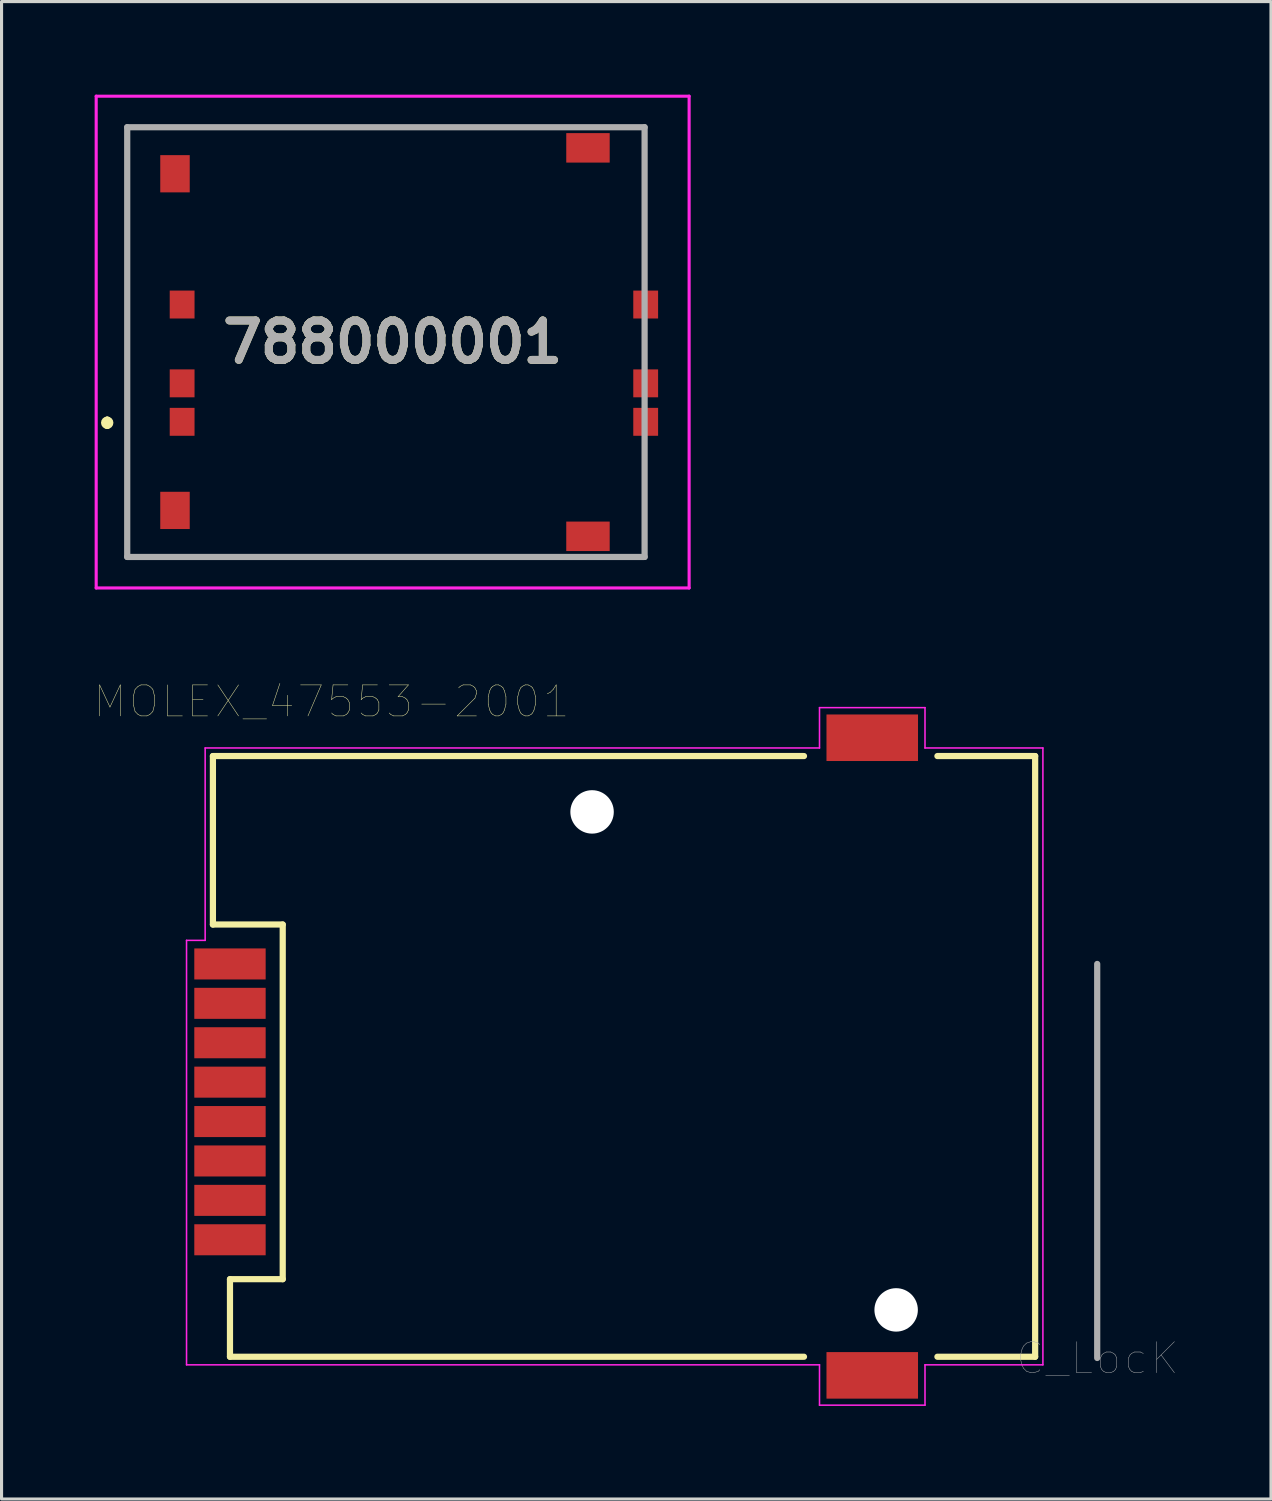
<source format=kicad_pcb>
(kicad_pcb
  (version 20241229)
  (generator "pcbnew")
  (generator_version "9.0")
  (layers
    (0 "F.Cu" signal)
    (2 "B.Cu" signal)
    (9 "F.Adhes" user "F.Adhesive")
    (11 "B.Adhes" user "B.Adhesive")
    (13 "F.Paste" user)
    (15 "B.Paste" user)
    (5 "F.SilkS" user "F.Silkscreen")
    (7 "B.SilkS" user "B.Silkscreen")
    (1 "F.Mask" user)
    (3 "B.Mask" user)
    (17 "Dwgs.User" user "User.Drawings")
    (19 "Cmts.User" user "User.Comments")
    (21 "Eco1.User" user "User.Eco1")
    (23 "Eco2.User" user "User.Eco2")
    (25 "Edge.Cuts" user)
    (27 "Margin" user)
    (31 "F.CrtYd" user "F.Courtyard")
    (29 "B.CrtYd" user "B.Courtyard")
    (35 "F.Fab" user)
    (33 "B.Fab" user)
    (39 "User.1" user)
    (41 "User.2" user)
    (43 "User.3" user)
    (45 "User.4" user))
  (footprint "MOLEX_47553-2001"
    (layer "F.Cu")
    (at 17.062 30.997)
    (property "Reference" "MOLEX_47553-2001" (at -9.425 -11.435 0) (layer "F.SilkS") (effects (font (size 1 1) (thickness 0.015))))
    (attr through_hole)
    (fp_line (start -13.25 -9.68) (end 5.8 -9.68) (stroke (width 0.2) (type solid)) (layer "F.SilkS"))
    (fp_line (start -13.25 -4.25) (end -13.25 -9.68) (stroke (width 0.2) (type solid)) (layer "F.SilkS"))
    (fp_line (start -12.7 7.18) (end -11 7.18) (stroke (width 0.2) (type solid)) (layer "F.SilkS"))
    (fp_line (start -12.7 9.68) (end -12.7 7.18) (stroke (width 0.2) (type solid)) (layer "F.SilkS"))
    (fp_line (start -11 -4.25) (end -13.25 -4.25) (stroke (width 0.2) (type solid)) (layer "F.SilkS"))
    (fp_line (start -11 7.18) (end -11 -4.25) (stroke (width 0.2) (type solid)) (layer "F.SilkS"))
    (fp_line (start 5.8 9.68) (end -12.7 9.68) (stroke (width 0.2) (type solid)) (layer "F.SilkS"))
    (fp_line (start 10.1 -9.68) (end 13.25 -9.68) (stroke (width 0.2) (type solid)) (layer "F.SilkS"))
    (fp_line (start 13.25 -9.68) (end 13.25 9.68) (stroke (width 0.2) (type solid)) (layer "F.SilkS"))
    (fp_line (start 13.25 9.68) (end 10.1 9.68) (stroke (width 0.2) (type solid)) (layer "F.SilkS"))
    (fp_line (start -14.1 -3.74) (end -13.5 -3.74) (stroke (width 0.05) (type solid)) (layer "F.CrtYd"))
    (fp_line (start -14.1 9.94) (end -14.1 -3.74) (stroke (width 0.05) (type solid)) (layer "F.CrtYd"))
    (fp_line (start -13.5 -9.94) (end 6.3 -9.94) (stroke (width 0.05) (type solid)) (layer "F.CrtYd"))
    (fp_line (start -13.5 -3.74) (end -13.5 -9.94) (stroke (width 0.05) (type solid)) (layer "F.CrtYd"))
    (fp_line (start 6.3 -11.24) (end 9.7 -11.24) (stroke (width 0.05) (type solid)) (layer "F.CrtYd"))
    (fp_line (start 6.3 -9.94) (end 6.3 -11.24) (stroke (width 0.05) (type solid)) (layer "F.CrtYd"))
    (fp_line (start 6.3 9.94) (end -14.1 9.94) (stroke (width 0.05) (type solid)) (layer "F.CrtYd"))
    (fp_line (start 6.3 11.24) (end 6.3 9.94) (stroke (width 0.05) (type solid)) (layer "F.CrtYd"))
    (fp_line (start 9.7 -11.24) (end 9.7 -9.94) (stroke (width 0.05) (type solid)) (layer "F.CrtYd"))
    (fp_line (start 9.7 -9.94) (end 13.5 -9.94) (stroke (width 0.05) (type solid)) (layer "F.CrtYd"))
    (fp_line (start 9.7 9.94) (end 9.7 11.24) (stroke (width 0.05) (type solid)) (layer "F.CrtYd"))
    (fp_line (start 9.7 11.24) (end 6.3 11.24) (stroke (width 0.05) (type solid)) (layer "F.CrtYd"))
    (fp_line (start 13.5 -9.94) (end 13.5 9.94) (stroke (width 0.05) (type solid)) (layer "F.CrtYd"))
    (fp_line (start 13.5 9.94) (end 9.7 9.94) (stroke (width 0.05) (type solid)) (layer "F.CrtYd"))
    (fp_line (start 15.25 -2.98) (end 15.25 9.72) (stroke (width 0.2) (type solid)) (layer "F.Fab"))
    (fp_text user "C_LocK" (at 15.259 9.732 0) (layer "F.Fab") (effects (font (size 1.001 1.001) (thickness 0.015))))
    (pad "" np_thru_hole circle (at -1.03 -7.88) (size 1.4 1.4) (drill 1.4) (layers "*.Cu" "*.Mask"))
    (pad "" np_thru_hole circle (at 8.77 8.17) (size 1.4 1.4) (drill 1.4) (layers "*.Cu" "*.Mask"))
    (pad "1" smd rect (at 8 10.28) (size 2.95 1.5) (layers "F.Cu" "F.Mask" "F.Paste"))
    (pad "2" smd rect (at 8 -10.27) (size 2.95 1.5) (layers "F.Cu" "F.Mask" "F.Paste"))
    (pad "C1" smd rect (at -12.7 -2.98) (size 2.3 1) (layers "F.Cu" "F.Mask" "F.Paste"))
    (pad "C2" smd rect (at -12.7 -0.44) (size 2.3 1) (layers "F.Cu" "F.Mask" "F.Paste"))
    (pad "C3" smd rect (at -12.7 2.1) (size 2.3 1) (layers "F.Cu" "F.Mask" "F.Paste"))
    (pad "C5" smd rect (at -12.7 -1.71) (size 2.3 1) (layers "F.Cu" "F.Mask" "F.Paste"))
    (pad "C6" smd rect (at -12.7 0.83) (size 2.3 1) (layers "F.Cu" "F.Mask" "F.Paste"))
    (pad "C7" smd rect (at -12.7 3.37) (size 2.3 1) (layers "F.Cu" "F.Mask" "F.Paste"))
    (pad "CD1" smd rect (at -12.7 4.64) (size 2.3 1) (layers "F.Cu" "F.Mask" "F.Paste"))
    (pad "CD2" smd rect (at -12.7 5.91) (size 2.3 1) (layers "F.Cu" "F.Mask" "F.Paste")))
  (footprint "788000001"
    (layer "F.Cu")
    (at 9.405 7.975)
    (property "Reference" "788000001" (at 0.2 0 0) (layer "F.SilkS") (effects (font (size 1.27 1.27) (thickness 0.254))))
    (attr smd)
    (fp_line (start -9 2.5) (end -9 2.5) (stroke (width 0.2) (type solid)) (layer "F.SilkS"))
    (fp_line (start -9 2.7) (end -9 2.7) (stroke (width 0.2) (type solid)) (layer "F.SilkS"))
    (fp_line (start -8.355 -6.925) (end 8.32 -6.925) (stroke (width 0.1) (type solid)) (layer "F.SilkS"))
    (fp_line (start -8.355 6.925) (end -8.355 -6.925) (stroke (width 0.1) (type solid)) (layer "F.SilkS"))
    (fp_line (start 8.32 -6.925) (end 8.32 -2) (stroke (width 0.1) (type solid)) (layer "F.SilkS"))
    (fp_line (start 8.32 4) (end 8.32 6.925) (stroke (width 0.1) (type solid)) (layer "F.SilkS"))
    (fp_line (start 8.32 6.925) (end -8.355 6.925) (stroke (width 0.1) (type solid)) (layer "F.SilkS"))
    (fp_arc (start -9 2.5) (mid -8.9 2.6) (end -9 2.7) (stroke (width 0.2) (type solid)) (layer "F.SilkS"))
    (fp_arc (start -9 2.7) (mid -9.1 2.6) (end -9 2.5) (stroke (width 0.2) (type solid)) (layer "F.SilkS"))
    (fp_line (start -9.355 -7.925) (end 9.755 -7.925) (stroke (width 0.1) (type solid)) (layer "F.CrtYd"))
    (fp_line (start -9.355 7.925) (end -9.355 -7.925) (stroke (width 0.1) (type solid)) (layer "F.CrtYd"))
    (fp_line (start 9.755 -7.925) (end 9.755 7.925) (stroke (width 0.1) (type solid)) (layer "F.CrtYd"))
    (fp_line (start 9.755 7.925) (end -9.355 7.925) (stroke (width 0.1) (type solid)) (layer "F.CrtYd"))
    (fp_line (start -8.355 -6.925) (end 8.32 -6.925) (stroke (width 0.2) (type solid)) (layer "F.Fab"))
    (fp_line (start -8.355 6.925) (end -8.355 -6.925) (stroke (width 0.2) (type solid)) (layer "F.Fab"))
    (fp_line (start 8.32 -6.925) (end 8.32 6.925) (stroke (width 0.2) (type solid)) (layer "F.Fab"))
    (fp_line (start 8.32 6.925) (end -8.355 6.925) (stroke (width 0.2) (type solid)) (layer "F.Fab"))
    (fp_text user "${REFERENCE}" (at 0.2 0 0) (layer "F.Fab") (effects (font (size 1.27 1.27) (thickness 0.254))))
    (pad "C1" smd rect (at -6.585 2.57) (size 0.8 0.9) (layers "F.Cu" "F.Mask" "F.Paste"))
    (pad "C2" smd rect (at -6.585 1.33) (size 0.8 0.9) (layers "F.Cu" "F.Mask" "F.Paste"))
    (pad "C3" smd rect (at -6.585 -1.21) (size 0.8 0.9) (layers "F.Cu" "F.Mask" "F.Paste"))
    (pad "C5" smd rect (at 8.355 2.57) (size 0.8 0.9) (layers "F.Cu" "F.Mask" "F.Paste"))
    (pad "C6" smd rect (at 8.355 1.33) (size 0.8 0.9) (layers "F.Cu" "F.Mask" "F.Paste"))
    (pad "C7" smd rect (at 8.355 -1.21) (size 0.8 0.9) (layers "F.Cu" "F.Mask" "F.Paste"))
    (pad "MP1" smd rect (at -6.815 -5.425) (size 0.95 1.2) (layers "F.Cu" "F.Mask" "F.Paste"))
    (pad "MP2" smd rect (at 6.495 -6.26 90) (size 0.95 1.4) (layers "F.Cu" "F.Mask" "F.Paste"))
    (pad "MP3" smd rect (at 6.495 6.26 90) (size 0.95 1.4) (layers "F.Cu" "F.Mask" "F.Paste"))
    (pad "MP4" smd rect (at -6.815 5.425) (size 0.95 1.2) (layers "F.Cu" "F.Mask" "F.Paste")))
  (gr_rect
    (start -3 -3)
    (end 37.913 45.262)
    (stroke (width 0.1) (type default))
    (fill no)
    (layer "Edge.Cuts")))
</source>
